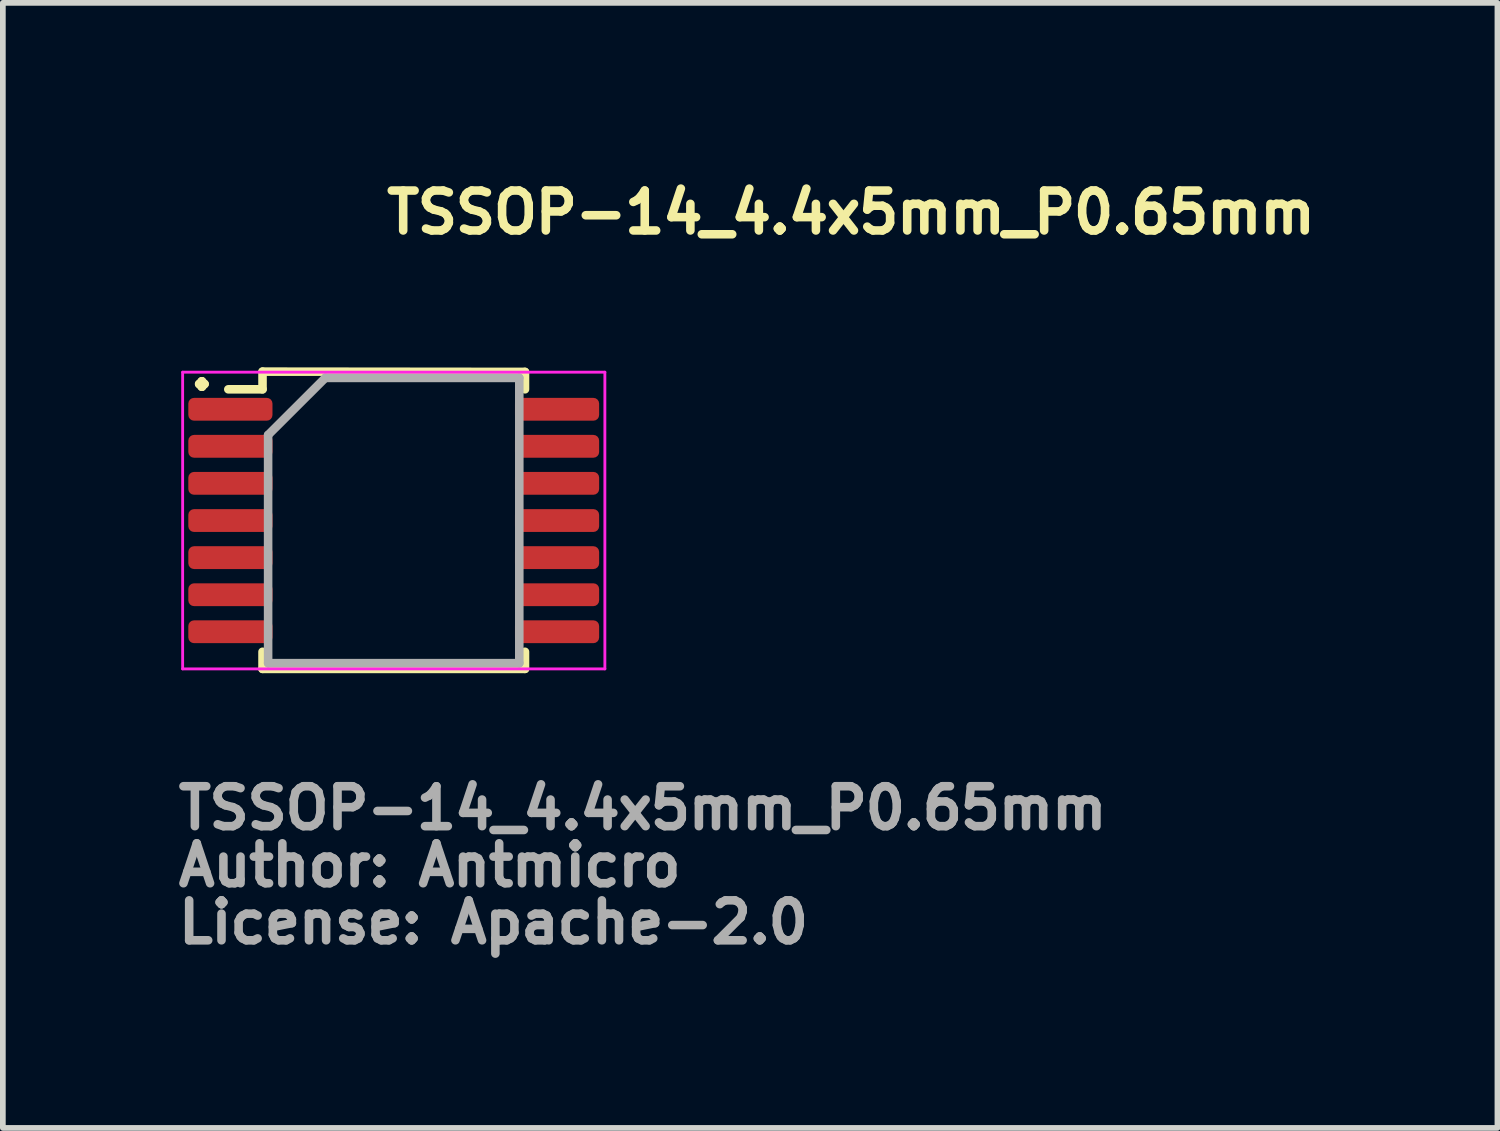
<source format=kicad_pcb>
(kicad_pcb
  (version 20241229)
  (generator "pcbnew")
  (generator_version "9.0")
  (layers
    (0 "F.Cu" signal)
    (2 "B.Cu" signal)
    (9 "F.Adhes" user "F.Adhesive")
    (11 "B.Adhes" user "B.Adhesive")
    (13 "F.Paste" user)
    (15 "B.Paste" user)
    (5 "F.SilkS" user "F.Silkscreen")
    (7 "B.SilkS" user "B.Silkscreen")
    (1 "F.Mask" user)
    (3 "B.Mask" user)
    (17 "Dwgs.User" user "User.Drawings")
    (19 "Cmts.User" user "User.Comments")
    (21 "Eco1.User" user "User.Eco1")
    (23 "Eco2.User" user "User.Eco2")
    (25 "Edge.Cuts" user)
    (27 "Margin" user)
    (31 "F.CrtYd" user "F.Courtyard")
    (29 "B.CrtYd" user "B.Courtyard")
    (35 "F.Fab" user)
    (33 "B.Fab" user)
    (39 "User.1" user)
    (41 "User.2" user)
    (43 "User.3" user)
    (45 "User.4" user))
  (footprint "TSSOP-14_4.4x5mm_P0.65mm"
    (layer "F.Cu")
    (at 3.851 6.073)
    (property "Reference" "TSSOP-14_4.4x5mm_P0.65mm" (at -0.2 -5.4 0) (layer "F.SilkS") (effects (font (size 0.7 0.7) (thickness 0.15)) (justify left)))
    (attr smd)
    (fp_line (start -2.9 -2.3) (end -2.3 -2.3) (stroke (width 0.15) (type solid)) (layer "F.SilkS"))
    (fp_line (start -2.3 -2.61) (end -2.3 -2.3) (stroke (width 0.15) (type solid)) (layer "F.SilkS"))
    (fp_line (start -2.3 -2.61) (end 2.3 -2.605) (stroke (width 0.15) (type solid)) (layer "F.SilkS"))
    (fp_line (start -2.3 2.6) (end -2.3 2.3) (stroke (width 0.15) (type solid)) (layer "F.SilkS"))
    (fp_line (start 2.3 -2.3) (end 2.3 -2.605) (stroke (width 0.15) (type solid)) (layer "F.SilkS"))
    (fp_line (start 2.3 2.3) (end 2.3 2.6) (stroke (width 0.15) (type solid)) (layer "F.SilkS"))
    (fp_line (start 2.3 2.6) (end -2.3 2.6) (stroke (width 0.15) (type solid)) (layer "F.SilkS"))
    (fp_line (start -3.7 -2.6) (end -3.7 2.6) (stroke (width 0.05) (type solid)) (layer "F.CrtYd"))
    (fp_line (start -3.7 2.6) (end 3.7 2.6) (stroke (width 0.05) (type solid)) (layer "F.CrtYd"))
    (fp_line (start 3.7 -2.6) (end -3.7 -2.6) (stroke (width 0.05) (type solid)) (layer "F.CrtYd"))
    (fp_line (start 3.7 2.6) (end 3.7 -2.6) (stroke (width 0.05) (type solid)) (layer "F.CrtYd"))
    (fp_line (start -2.202 -1.5) (end -1.2 -2.5) (stroke (width 0.15) (type solid)) (layer "F.Fab"))
    (fp_line (start -2.202 2.499) (end -2.202 -1.5) (stroke (width 0.15) (type solid)) (layer "F.Fab"))
    (fp_line (start -1.2 -2.5) (end 2.2 -2.5) (stroke (width 0.15) (type solid)) (layer "F.Fab"))
    (fp_line (start 2.2 -2.5) (end 2.2 2.499) (stroke (width 0.15) (type solid)) (layer "F.Fab"))
    (fp_line (start 2.2 2.499) (end -2.202 2.499) (stroke (width 0.15) (type solid)) (layer "F.Fab"))
    (fp_rect (start -2.202 -2.5) (end 2.2 2.499) (stroke (width 0.1) (type solid)) (fill no) (layer "User.5"))
    (fp_line (start -3.27 -2.115) (end -3.27 -1.79) (stroke (width 0.02) (type solid)) (layer "User.9"))
    (fp_line (start -3.27 -1.79) (end -2.21 -1.79) (stroke (width 0.02) (type solid)) (layer "User.9"))
    (fp_line (start -3.27 -1.465) (end -3.27 -1.14) (stroke (width 0.02) (type solid)) (layer "User.9"))
    (fp_line (start -3.27 -1.14) (end -2.21 -1.14) (stroke (width 0.02) (type solid)) (layer "User.9"))
    (fp_line (start -3.27 -0.815) (end -3.27 -0.49) (stroke (width 0.02) (type solid)) (layer "User.9"))
    (fp_line (start -3.27 -0.49) (end -2.21 -0.49) (stroke (width 0.02) (type solid)) (layer "User.9"))
    (fp_line (start -3.27 -0.165) (end -3.27 0.16) (stroke (width 0.02) (type solid)) (layer "User.9"))
    (fp_line (start -3.27 0.16) (end -2.21 0.16) (stroke (width 0.02) (type solid)) (layer "User.9"))
    (fp_line (start -3.27 0.485) (end -3.27 0.81) (stroke (width 0.02) (type solid)) (layer "User.9"))
    (fp_line (start -3.27 0.81) (end -2.21 0.81) (stroke (width 0.02) (type solid)) (layer "User.9"))
    (fp_line (start -3.27 1.135) (end -3.27 1.46) (stroke (width 0.02) (type solid)) (layer "User.9"))
    (fp_line (start -3.27 1.46) (end -2.21 1.46) (stroke (width 0.02) (type solid)) (layer "User.9"))
    (fp_line (start -3.27 1.785) (end -3.27 2.11) (stroke (width 0.02) (type solid)) (layer "User.9"))
    (fp_line (start -3.27 2.11) (end -2.21 2.11) (stroke (width 0.02) (type solid)) (layer "User.9"))
    (fp_line (start -2.21 -2.12) (end -3.27 -2.12) (stroke (width 0.02) (type solid)) (layer "User.9"))
    (fp_line (start -2.21 -1.47) (end -3.27 -1.47) (stroke (width 0.02) (type solid)) (layer "User.9"))
    (fp_line (start -2.21 -0.82) (end -3.27 -0.82) (stroke (width 0.02) (type solid)) (layer "User.9"))
    (fp_line (start -2.21 -0.17) (end -3.27 -0.17) (stroke (width 0.02) (type solid)) (layer "User.9"))
    (fp_line (start -2.21 0.48) (end -3.27 0.48) (stroke (width 0.02) (type solid)) (layer "User.9"))
    (fp_line (start -2.21 1.13) (end -3.27 1.13) (stroke (width 0.02) (type solid)) (layer "User.9"))
    (fp_line (start -2.21 1.78) (end -3.27 1.78) (stroke (width 0.02) (type solid)) (layer "User.9"))
    (fp_line (start -2.202 -2.5) (end 2.2 -2.5) (stroke (width 0.02) (type solid)) (layer "User.9"))
    (fp_line (start -2.202 2.499) (end -2.202 -2.5) (stroke (width 0.02) (type solid)) (layer "User.9"))
    (fp_line (start -2.202 2.499) (end 2.2 2.499) (stroke (width 0.02) (type solid)) (layer "User.9"))
    (fp_line (start -1.901 -1.988) (end -1.901 -1.976) (stroke (width 0.02) (type solid)) (layer "User.9"))
    (fp_line (start -1.901 -1.976) (end -1.901 -1.976) (stroke (width 0.02) (type solid)) (layer "User.9"))
    (fp_line (start -1.901 -1.976) (end -1.901 -1.964) (stroke (width 0.02) (type solid)) (layer "User.9"))
    (fp_line (start -1.901 -1.964) (end -1.899 -1.952) (stroke (width 0.02) (type solid)) (layer "User.9"))
    (fp_line (start -1.899 -2.011) (end -1.899 -2) (stroke (width 0.02) (type solid)) (layer "User.9"))
    (fp_line (start -1.899 -2) (end -1.901 -1.988) (stroke (width 0.02) (type solid)) (layer "User.9"))
    (fp_line (start -1.899 -1.952) (end -1.899 -1.942) (stroke (width 0.02) (type solid)) (layer "User.9"))
    (fp_line (start -1.899 -1.942) (end -1.897 -1.93) (stroke (width 0.02) (type solid)) (layer "User.9"))
    (fp_line (start -1.897 -2.021) (end -1.899 -2.011) (stroke (width 0.02) (type solid)) (layer "User.9"))
    (fp_line (start -1.897 -1.93) (end -1.893 -1.919) (stroke (width 0.02) (type solid)) (layer "User.9"))
    (fp_line (start -1.893 -2.032) (end -1.897 -2.021) (stroke (width 0.02) (type solid)) (layer "User.9"))
    (fp_line (start -1.893 -1.919) (end -1.891 -1.909) (stroke (width 0.02) (type solid)) (layer "User.9"))
    (fp_line (start -1.891 -2.043) (end -1.893 -2.032) (stroke (width 0.02) (type solid)) (layer "User.9"))
    (fp_line (start -1.891 -1.909) (end -1.887 -1.899) (stroke (width 0.02) (type solid)) (layer "User.9"))
    (fp_line (start -1.887 -2.053) (end -1.891 -2.043) (stroke (width 0.02) (type solid)) (layer "User.9"))
    (fp_line (start -1.887 -1.899) (end -1.883 -1.889) (stroke (width 0.02) (type solid)) (layer "User.9"))
    (fp_line (start -1.883 -2.064) (end -1.887 -2.053) (stroke (width 0.02) (type solid)) (layer "User.9"))
    (fp_line (start -1.883 -1.889) (end -1.879 -1.879) (stroke (width 0.02) (type solid)) (layer "User.9"))
    (fp_line (start -1.879 -2.073) (end -1.883 -2.064) (stroke (width 0.02) (type solid)) (layer "User.9"))
    (fp_line (start -1.879 -1.879) (end -1.873 -1.869) (stroke (width 0.02) (type solid)) (layer "User.9"))
    (fp_line (start -1.873 -2.084) (end -1.879 -2.073) (stroke (width 0.02) (type solid)) (layer "User.9"))
    (fp_line (start -1.873 -1.869) (end -1.869 -1.859) (stroke (width 0.02) (type solid)) (layer "User.9"))
    (fp_line (start -1.869 -2.093) (end -1.873 -2.084) (stroke (width 0.02) (type solid)) (layer "User.9"))
    (fp_line (start -1.869 -1.859) (end -1.863 -1.851) (stroke (width 0.02) (type solid)) (layer "User.9"))
    (fp_line (start -1.863 -2.101) (end -1.869 -2.093) (stroke (width 0.02) (type solid)) (layer "User.9"))
    (fp_line (start -1.863 -1.851) (end -1.857 -1.841) (stroke (width 0.02) (type solid)) (layer "User.9"))
    (fp_line (start -1.857 -2.11) (end -1.863 -2.101) (stroke (width 0.02) (type solid)) (layer "User.9"))
    (fp_line (start -1.857 -1.841) (end -1.849 -1.833) (stroke (width 0.02) (type solid)) (layer "User.9"))
    (fp_line (start -1.849 -2.12) (end -1.857 -2.11) (stroke (width 0.02) (type solid)) (layer "User.9"))
    (fp_line (start -1.849 -1.833) (end -1.843 -1.825) (stroke (width 0.02) (type solid)) (layer "User.9"))
    (fp_line (start -1.843 -2.128) (end -1.849 -2.12) (stroke (width 0.02) (type solid)) (layer "User.9"))
    (fp_line (start -1.843 -1.825) (end -1.835 -1.817) (stroke (width 0.02) (type solid)) (layer "User.9"))
    (fp_line (start -1.835 -2.136) (end -1.843 -2.128) (stroke (width 0.02) (type solid)) (layer "User.9"))
    (fp_line (start -1.835 -1.817) (end -1.827 -1.809) (stroke (width 0.02) (type solid)) (layer "User.9"))
    (fp_line (start -1.827 -2.142) (end -1.835 -2.136) (stroke (width 0.02) (type solid)) (layer "User.9"))
    (fp_line (start -1.827 -1.809) (end -1.819 -1.803) (stroke (width 0.02) (type solid)) (layer "User.9"))
    (fp_line (start -1.819 -2.149) (end -1.827 -2.142) (stroke (width 0.02) (type solid)) (layer "User.9"))
    (fp_line (start -1.819 -1.803) (end -1.811 -1.795) (stroke (width 0.02) (type solid)) (layer "User.9"))
    (fp_line (start -1.811 -2.157) (end -1.819 -2.149) (stroke (width 0.02) (type solid)) (layer "User.9"))
    (fp_line (start -1.811 -1.795) (end -1.801 -1.79) (stroke (width 0.02) (type solid)) (layer "User.9"))
    (fp_line (start -1.801 -2.162) (end -1.811 -2.157) (stroke (width 0.02) (type solid)) (layer "User.9"))
    (fp_line (start -1.801 -1.79) (end -1.792 -1.784) (stroke (width 0.02) (type solid)) (layer "User.9"))
    (fp_line (start -1.792 -2.169) (end -1.801 -2.162) (stroke (width 0.02) (type solid)) (layer "User.9"))
    (fp_line (start -1.792 -1.784) (end -1.784 -1.778) (stroke (width 0.02) (type solid)) (layer "User.9"))
    (fp_line (start -1.784 -2.173) (end -1.792 -2.169) (stroke (width 0.02) (type solid)) (layer "User.9"))
    (fp_line (start -1.784 -1.778) (end -1.774 -1.774) (stroke (width 0.02) (type solid)) (layer "User.9"))
    (fp_line (start -1.774 -2.178) (end -1.784 -2.173) (stroke (width 0.02) (type solid)) (layer "User.9"))
    (fp_line (start -1.774 -1.774) (end -1.764 -1.768) (stroke (width 0.02) (type solid)) (layer "User.9"))
    (fp_line (start -1.764 -2.183) (end -1.774 -2.178) (stroke (width 0.02) (type solid)) (layer "User.9"))
    (fp_line (start -1.764 -1.768) (end -1.754 -1.764) (stroke (width 0.02) (type solid)) (layer "User.9"))
    (fp_line (start -1.754 -2.187) (end -1.764 -2.183) (stroke (width 0.02) (type solid)) (layer "User.9"))
    (fp_line (start -1.754 -1.764) (end -1.742 -1.762) (stroke (width 0.02) (type solid)) (layer "User.9"))
    (fp_line (start -1.742 -2.19) (end -1.754 -2.187) (stroke (width 0.02) (type solid)) (layer "User.9"))
    (fp_line (start -1.742 -1.762) (end -1.732 -1.758) (stroke (width 0.02) (type solid)) (layer "User.9"))
    (fp_line (start -1.732 -2.194) (end -1.742 -2.19) (stroke (width 0.02) (type solid)) (layer "User.9"))
    (fp_line (start -1.732 -1.758) (end -1.722 -1.756) (stroke (width 0.02) (type solid)) (layer "User.9"))
    (fp_line (start -1.722 -2.197) (end -1.732 -2.194) (stroke (width 0.02) (type solid)) (layer "User.9"))
    (fp_line (start -1.722 -1.756) (end -1.71 -1.754) (stroke (width 0.02) (type solid)) (layer "User.9"))
    (fp_line (start -1.71 -2.198) (end -1.722 -2.197) (stroke (width 0.02) (type solid)) (layer "User.9"))
    (fp_line (start -1.71 -1.754) (end -1.7 -1.752) (stroke (width 0.02) (type solid)) (layer "User.9"))
    (fp_line (start -1.7 -2.199) (end -1.71 -2.198) (stroke (width 0.02) (type solid)) (layer "User.9"))
    (fp_line (start -1.7 -1.752) (end -1.688 -1.752) (stroke (width 0.02) (type solid)) (layer "User.9"))
    (fp_line (start -1.688 -2.201) (end -1.7 -2.199) (stroke (width 0.02) (type solid)) (layer "User.9"))
    (fp_line (start -1.688 -1.752) (end -1.676 -1.75) (stroke (width 0.02) (type solid)) (layer "User.9"))
    (fp_line (start -1.676 -2.202) (end -1.688 -2.201) (stroke (width 0.02) (type solid)) (layer "User.9"))
    (fp_line (start -1.676 -2.202) (end -1.676 -2.202) (stroke (width 0.02) (type solid)) (layer "User.9"))
    (fp_line (start -1.676 -1.75) (end -1.676 -1.75) (stroke (width 0.02) (type solid)) (layer "User.9"))
    (fp_line (start -1.676 -1.75) (end -1.665 -1.752) (stroke (width 0.02) (type solid)) (layer "User.9"))
    (fp_line (start -1.665 -2.201) (end -1.676 -2.202) (stroke (width 0.02) (type solid)) (layer "User.9"))
    (fp_line (start -1.665 -1.752) (end -1.653 -1.752) (stroke (width 0.02) (type solid)) (layer "User.9"))
    (fp_line (start -1.653 -2.199) (end -1.665 -2.201) (stroke (width 0.02) (type solid)) (layer "User.9"))
    (fp_line (start -1.653 -1.752) (end -1.641 -1.754) (stroke (width 0.02) (type solid)) (layer "User.9"))
    (fp_line (start -1.641 -2.198) (end -1.653 -2.199) (stroke (width 0.02) (type solid)) (layer "User.9"))
    (fp_line (start -1.641 -1.754) (end -1.631 -1.756) (stroke (width 0.02) (type solid)) (layer "User.9"))
    (fp_line (start -1.631 -2.197) (end -1.641 -2.198) (stroke (width 0.02) (type solid)) (layer "User.9"))
    (fp_line (start -1.631 -1.756) (end -1.619 -1.758) (stroke (width 0.02) (type solid)) (layer "User.9"))
    (fp_line (start -1.619 -2.194) (end -1.631 -2.197) (stroke (width 0.02) (type solid)) (layer "User.9"))
    (fp_line (start -1.619 -1.758) (end -1.609 -1.762) (stroke (width 0.02) (type solid)) (layer "User.9"))
    (fp_line (start -1.609 -2.19) (end -1.619 -2.194) (stroke (width 0.02) (type solid)) (layer "User.9"))
    (fp_line (start -1.609 -1.762) (end -1.599 -1.764) (stroke (width 0.02) (type solid)) (layer "User.9"))
    (fp_line (start -1.599 -2.187) (end -1.609 -2.19) (stroke (width 0.02) (type solid)) (layer "User.9"))
    (fp_line (start -1.599 -1.764) (end -1.589 -1.768) (stroke (width 0.02) (type solid)) (layer "User.9"))
    (fp_line (start -1.589 -2.183) (end -1.599 -2.187) (stroke (width 0.02) (type solid)) (layer "User.9"))
    (fp_line (start -1.589 -1.768) (end -1.579 -1.774) (stroke (width 0.02) (type solid)) (layer "User.9"))
    (fp_line (start -1.579 -2.178) (end -1.589 -2.183) (stroke (width 0.02) (type solid)) (layer "User.9"))
    (fp_line (start -1.579 -1.774) (end -1.569 -1.778) (stroke (width 0.02) (type solid)) (layer "User.9"))
    (fp_line (start -1.569 -2.173) (end -1.579 -2.178) (stroke (width 0.02) (type solid)) (layer "User.9"))
    (fp_line (start -1.569 -1.778) (end -1.559 -1.784) (stroke (width 0.02) (type solid)) (layer "User.9"))
    (fp_line (start -1.559 -2.169) (end -1.569 -2.173) (stroke (width 0.02) (type solid)) (layer "User.9"))
    (fp_line (start -1.559 -1.784) (end -1.551 -1.79) (stroke (width 0.02) (type solid)) (layer "User.9"))
    (fp_line (start -1.551 -2.162) (end -1.559 -2.169) (stroke (width 0.02) (type solid)) (layer "User.9"))
    (fp_line (start -1.551 -1.79) (end -1.541 -1.795) (stroke (width 0.02) (type solid)) (layer "User.9"))
    (fp_line (start -1.541 -2.157) (end -1.551 -2.162) (stroke (width 0.02) (type solid)) (layer "User.9"))
    (fp_line (start -1.541 -1.795) (end -1.532 -1.803) (stroke (width 0.02) (type solid)) (layer "User.9"))
    (fp_line (start -1.532 -2.149) (end -1.541 -2.157) (stroke (width 0.02) (type solid)) (layer "User.9"))
    (fp_line (start -1.532 -1.803) (end -1.524 -1.809) (stroke (width 0.02) (type solid)) (layer "User.9"))
    (fp_line (start -1.524 -2.142) (end -1.532 -2.149) (stroke (width 0.02) (type solid)) (layer "User.9"))
    (fp_line (start -1.524 -1.809) (end -1.516 -1.817) (stroke (width 0.02) (type solid)) (layer "User.9"))
    (fp_line (start -1.516 -2.136) (end -1.524 -2.142) (stroke (width 0.02) (type solid)) (layer "User.9"))
    (fp_line (start -1.516 -1.817) (end -1.51 -1.825) (stroke (width 0.02) (type solid)) (layer "User.9"))
    (fp_line (start -1.51 -2.128) (end -1.516 -2.136) (stroke (width 0.02) (type solid)) (layer "User.9"))
    (fp_line (start -1.51 -1.825) (end -1.502 -1.833) (stroke (width 0.02) (type solid)) (layer "User.9"))
    (fp_line (start -1.502 -2.12) (end -1.51 -2.128) (stroke (width 0.02) (type solid)) (layer "User.9"))
    (fp_line (start -1.502 -1.833) (end -1.496 -1.841) (stroke (width 0.02) (type solid)) (layer "User.9"))
    (fp_line (start -1.496 -2.11) (end -1.502 -2.12) (stroke (width 0.02) (type solid)) (layer "User.9"))
    (fp_line (start -1.496 -1.841) (end -1.49 -1.851) (stroke (width 0.02) (type solid)) (layer "User.9"))
    (fp_line (start -1.49 -2.101) (end -1.496 -2.11) (stroke (width 0.02) (type solid)) (layer "User.9"))
    (fp_line (start -1.49 -1.851) (end -1.484 -1.859) (stroke (width 0.02) (type solid)) (layer "User.9"))
    (fp_line (start -1.484 -2.093) (end -1.49 -2.101) (stroke (width 0.02) (type solid)) (layer "User.9"))
    (fp_line (start -1.484 -1.859) (end -1.478 -1.869) (stroke (width 0.02) (type solid)) (layer "User.9"))
    (fp_line (start -1.478 -2.084) (end -1.484 -2.093) (stroke (width 0.02) (type solid)) (layer "User.9"))
    (fp_line (start -1.478 -1.869) (end -1.474 -1.879) (stroke (width 0.02) (type solid)) (layer "User.9"))
    (fp_line (start -1.474 -2.073) (end -1.478 -2.084) (stroke (width 0.02) (type solid)) (layer "User.9"))
    (fp_line (start -1.474 -1.879) (end -1.468 -1.889) (stroke (width 0.02) (type solid)) (layer "User.9"))
    (fp_line (start -1.468 -2.064) (end -1.474 -2.073) (stroke (width 0.02) (type solid)) (layer "User.9"))
    (fp_line (start -1.468 -1.889) (end -1.464 -1.899) (stroke (width 0.02) (type solid)) (layer "User.9"))
    (fp_line (start -1.464 -2.053) (end -1.468 -2.064) (stroke (width 0.02) (type solid)) (layer "User.9"))
    (fp_line (start -1.464 -1.899) (end -1.462 -1.909) (stroke (width 0.02) (type solid)) (layer "User.9"))
    (fp_line (start -1.462 -2.043) (end -1.464 -2.053) (stroke (width 0.02) (type solid)) (layer "User.9"))
    (fp_line (start -1.462 -1.909) (end -1.458 -1.919) (stroke (width 0.02) (type solid)) (layer "User.9"))
    (fp_line (start -1.458 -2.032) (end -1.462 -2.043) (stroke (width 0.02) (type solid)) (layer "User.9"))
    (fp_line (start -1.458 -1.919) (end -1.456 -1.93) (stroke (width 0.02) (type solid)) (layer "User.9"))
    (fp_line (start -1.456 -2.021) (end -1.458 -2.032) (stroke (width 0.02) (type solid)) (layer "User.9"))
    (fp_line (start -1.456 -1.93) (end -1.454 -1.942) (stroke (width 0.02) (type solid)) (layer "User.9"))
    (fp_line (start -1.454 -2.011) (end -1.456 -2.021) (stroke (width 0.02) (type solid)) (layer "User.9"))
    (fp_line (start -1.454 -1.942) (end -1.452 -1.952) (stroke (width 0.02) (type solid)) (layer "User.9"))
    (fp_line (start -1.452 -2) (end -1.454 -2.011) (stroke (width 0.02) (type solid)) (layer "User.9"))
    (fp_line (start -1.452 -1.988) (end -1.452 -2) (stroke (width 0.02) (type solid)) (layer "User.9"))
    (fp_line (start -1.452 -1.964) (end -1.45 -1.976) (stroke (width 0.02) (type solid)) (layer "User.9"))
    (fp_line (start -1.452 -1.952) (end -1.452 -1.964) (stroke (width 0.02) (type solid)) (layer "User.9"))
    (fp_line (start -1.45 -1.976) (end -1.452 -1.988) (stroke (width 0.02) (type solid)) (layer "User.9"))
    (fp_line (start -1.45 -1.976) (end -1.45 -1.976) (stroke (width 0.02) (type solid)) (layer "User.9"))
    (fp_line (start -1.45 -1.976) (end -1.45 -1.976) (stroke (width 0.02) (type solid)) (layer "User.9"))
    (fp_line (start 2.2 -2.12) (end 3.26 -2.12) (stroke (width 0.02) (type solid)) (layer "User.9"))
    (fp_line (start 2.2 -1.47) (end 3.26 -1.47) (stroke (width 0.02) (type solid)) (layer "User.9"))
    (fp_line (start 2.2 -0.82) (end 3.26 -0.82) (stroke (width 0.02) (type solid)) (layer "User.9"))
    (fp_line (start 2.2 -0.17) (end 3.26 -0.17) (stroke (width 0.02) (type solid)) (layer "User.9"))
    (fp_line (start 2.2 0.48) (end 3.26 0.48) (stroke (width 0.02) (type solid)) (layer "User.9"))
    (fp_line (start 2.2 1.13) (end 3.26 1.13) (stroke (width 0.02) (type solid)) (layer "User.9"))
    (fp_line (start 2.2 1.78) (end 3.26 1.78) (stroke (width 0.02) (type solid)) (layer "User.9"))
    (fp_line (start 2.2 2.499) (end 2.2 -2.5) (stroke (width 0.02) (type solid)) (layer "User.9"))
    (fp_line (start 3.26 -2.115) (end 3.26 -1.79) (stroke (width 0.02) (type solid)) (layer "User.9"))
    (fp_line (start 3.26 -1.79) (end 2.2 -1.79) (stroke (width 0.02) (type solid)) (layer "User.9"))
    (fp_line (start 3.26 -1.465) (end 3.26 -1.14) (stroke (width 0.02) (type solid)) (layer "User.9"))
    (fp_line (start 3.26 -1.14) (end 2.2 -1.14) (stroke (width 0.02) (type solid)) (layer "User.9"))
    (fp_line (start 3.26 -0.815) (end 3.26 -0.49) (stroke (width 0.02) (type solid)) (layer "User.9"))
    (fp_line (start 3.26 -0.49) (end 2.2 -0.49) (stroke (width 0.02) (type solid)) (layer "User.9"))
    (fp_line (start 3.26 -0.165) (end 3.26 0.16) (stroke (width 0.02) (type solid)) (layer "User.9"))
    (fp_line (start 3.26 0.16) (end 2.2 0.16) (stroke (width 0.02) (type solid)) (layer "User.9"))
    (fp_line (start 3.26 0.485) (end 3.26 0.81) (stroke (width 0.02) (type solid)) (layer "User.9"))
    (fp_line (start 3.26 0.81) (end 2.2 0.81) (stroke (width 0.02) (type solid)) (layer "User.9"))
    (fp_line (start 3.26 1.135) (end 3.26 1.46) (stroke (width 0.02) (type solid)) (layer "User.9"))
    (fp_line (start 3.26 1.46) (end 2.2 1.46) (stroke (width 0.02) (type solid)) (layer "User.9"))
    (fp_line (start 3.26 1.785) (end 3.26 2.11) (stroke (width 0.02) (type solid)) (layer "User.9"))
    (fp_line (start 3.26 2.11) (end 2.2 2.11) (stroke (width 0.02) (type solid)) (layer "User.9"))
    (fp_text user "." (at -3.7 -2.8 0) (layer "F.SilkS") (effects (font (size 1 1) (thickness 0.15)) (justify left)))
    (fp_text user "${REFERENCE}" (at -3.851 5.45 0) (layer "F.Fab") (effects (font (size 0.7 0.7) (thickness 0.15)) (justify left bottom)))
    (fp_text user "Author: Antmicro" (at -3.851 6.45 0) (layer "F.Fab") (effects (font (size 0.7 0.7) (thickness 0.15)) (justify left bottom)))
    (fp_text user "License: Apache-2.0" (at -3.851 7.45 0) (layer "F.Fab") (effects (font (size 0.7 0.7) (thickness 0.15)) (justify left bottom)))
    (pad "1" smd roundrect (at -2.863 -1.95) (size 1.475 0.4) (layers "F.Cu" "F.Mask" "F.Paste") (roundrect_rratio 0.25))
    (pad "2" smd roundrect (at -2.863 -1.301) (size 1.475 0.4) (layers "F.Cu" "F.Mask" "F.Paste") (roundrect_rratio 0.25))
    (pad "3" smd roundrect (at -2.863 -0.652) (size 1.475 0.4) (layers "F.Cu" "F.Mask" "F.Paste") (roundrect_rratio 0.25))
    (pad "4" smd roundrect (at -2.863 0) (size 1.475 0.4) (layers "F.Cu" "F.Mask" "F.Paste") (roundrect_rratio 0.25))
    (pad "5" smd roundrect (at -2.863 0.65) (size 1.475 0.4) (layers "F.Cu" "F.Mask" "F.Paste") (roundrect_rratio 0.25))
    (pad "6" smd roundrect (at -2.863 1.3) (size 1.475 0.4) (layers "F.Cu" "F.Mask" "F.Paste") (roundrect_rratio 0.25))
    (pad "7" smd roundrect (at -2.863 1.949) (size 1.475 0.4) (layers "F.Cu" "F.Mask" "F.Paste") (roundrect_rratio 0.25))
    (pad "8" smd roundrect (at 2.862 1.949) (size 1.475 0.4) (layers "F.Cu" "F.Mask" "F.Paste") (roundrect_rratio 0.25))
    (pad "9" smd roundrect (at 2.862 1.3) (size 1.475 0.4) (layers "F.Cu" "F.Mask" "F.Paste") (roundrect_rratio 0.25))
    (pad "10" smd roundrect (at 2.862 0.65) (size 1.475 0.4) (layers "F.Cu" "F.Mask" "F.Paste") (roundrect_rratio 0.25))
    (pad "11" smd roundrect (at 2.862 0) (size 1.475 0.4) (layers "F.Cu" "F.Mask" "F.Paste") (roundrect_rratio 0.25))
    (pad "12" smd roundrect (at 2.862 -0.652) (size 1.475 0.4) (layers "F.Cu" "F.Mask" "F.Paste") (roundrect_rratio 0.25))
    (pad "13" smd roundrect (at 2.862 -1.301) (size 1.475 0.4) (layers "F.Cu" "F.Mask" "F.Paste") (roundrect_rratio 0.25))
    (pad "14" smd roundrect (at 2.862 -1.95) (size 1.475 0.4) (layers "F.Cu" "F.Mask" "F.Paste") (roundrect_rratio 0.25)))
  (gr_rect
    (start -3 -3)
    (end 23.194 16.718)
    (stroke (width 0.1) (type default))
    (fill no)
    (layer "Edge.Cuts")))
</source>
